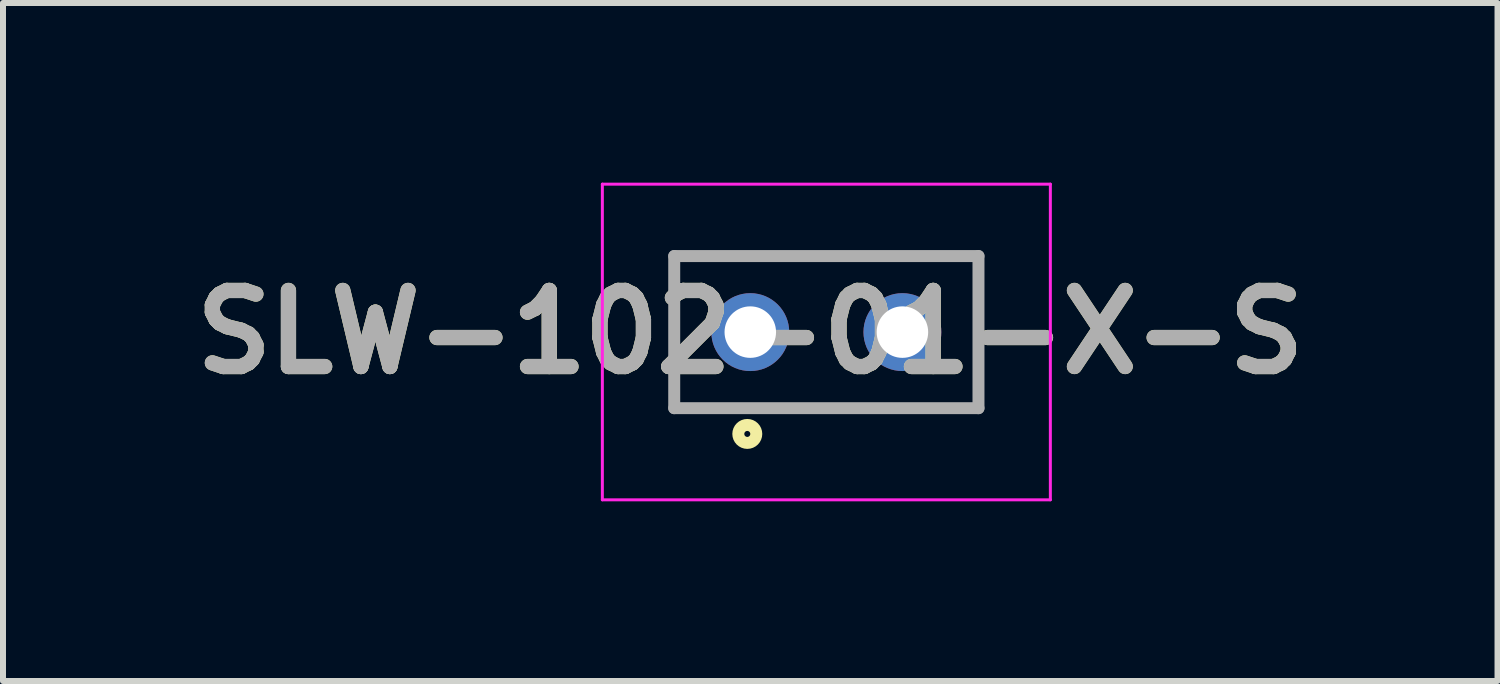
<source format=kicad_pcb>
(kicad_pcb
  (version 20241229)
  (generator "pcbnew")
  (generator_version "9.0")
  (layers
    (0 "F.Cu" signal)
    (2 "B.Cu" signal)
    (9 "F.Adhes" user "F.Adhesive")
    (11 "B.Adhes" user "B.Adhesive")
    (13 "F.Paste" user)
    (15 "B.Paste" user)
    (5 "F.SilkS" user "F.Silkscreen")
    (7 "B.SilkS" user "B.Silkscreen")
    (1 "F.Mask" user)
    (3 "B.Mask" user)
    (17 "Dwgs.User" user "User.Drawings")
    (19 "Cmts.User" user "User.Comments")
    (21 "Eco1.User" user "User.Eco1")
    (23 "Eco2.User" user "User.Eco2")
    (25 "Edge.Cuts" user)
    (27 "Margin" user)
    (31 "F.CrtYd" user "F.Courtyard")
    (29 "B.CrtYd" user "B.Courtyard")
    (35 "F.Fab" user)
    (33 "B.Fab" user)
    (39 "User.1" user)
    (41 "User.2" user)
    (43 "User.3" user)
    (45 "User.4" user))
  (footprint "SLW-102-01-X-S"
    (layer "F.Cu")
    (at 9.477 2.495)
    (property "Reference" "SLW-102-01-X-S" (at 0 0 0) (layer "F.SilkS") (effects (font (size 1.27 1.27) (thickness 0.254))))
    (attr through_hole)
    (fp_line (start -1.27 -1.27) (end 3.81 -1.27) (stroke (width 0.1) (type solid)) (layer "F.SilkS"))
    (fp_line (start -1.27 1.27) (end -1.27 -1.27) (stroke (width 0.1) (type solid)) (layer "F.SilkS"))
    (fp_line (start 3.81 -1.27) (end 3.81 1.27) (stroke (width 0.1) (type solid)) (layer "F.SilkS"))
    (fp_line (start 3.81 1.27) (end -1.27 1.27) (stroke (width 0.1) (type solid)) (layer "F.SilkS"))
    (fp_circle (center -0.05 1.7) (end -0.05 1.75) (stroke (width 0.2) (type solid)) (fill no) (layer "F.SilkS"))
    (fp_line (start -2.47 -2.47) (end 5.01 -2.47) (stroke (width 0.05) (type solid)) (layer "F.CrtYd"))
    (fp_line (start -2.47 2.8) (end -2.47 -2.47) (stroke (width 0.05) (type solid)) (layer "F.CrtYd"))
    (fp_line (start 5.01 -2.47) (end 5.01 2.8) (stroke (width 0.05) (type solid)) (layer "F.CrtYd"))
    (fp_line (start 5.01 2.8) (end -2.47 2.8) (stroke (width 0.05) (type solid)) (layer "F.CrtYd"))
    (fp_line (start -1.27 -1.27) (end 3.81 -1.27) (stroke (width 0.2) (type solid)) (layer "F.Fab"))
    (fp_line (start -1.27 1.27) (end -1.27 -1.27) (stroke (width 0.2) (type solid)) (layer "F.Fab"))
    (fp_line (start 3.81 -1.27) (end 3.81 1.27) (stroke (width 0.2) (type solid)) (layer "F.Fab"))
    (fp_line (start 3.81 1.27) (end -1.27 1.27) (stroke (width 0.2) (type solid)) (layer "F.Fab"))
    (fp_text user "${REFERENCE}" (at 0 0 0) (layer "F.Fab") (effects (font (size 1.27 1.27) (thickness 0.254))))
    (pad "1" thru_hole circle (at 0 0) (size 1.3 1.3) (drill 0.86) (layers "*.Cu" "*.Mask"))
    (pad "2" thru_hole circle (at 2.54 0) (size 1.3 1.3) (drill 0.86) (layers "*.Cu" "*.Mask")))
  (gr_rect
    (start -3 -3)
    (end 21.953 8.32)
    (stroke (width 0.1) (type default))
    (fill no)
    (layer "Edge.Cuts")))
</source>
